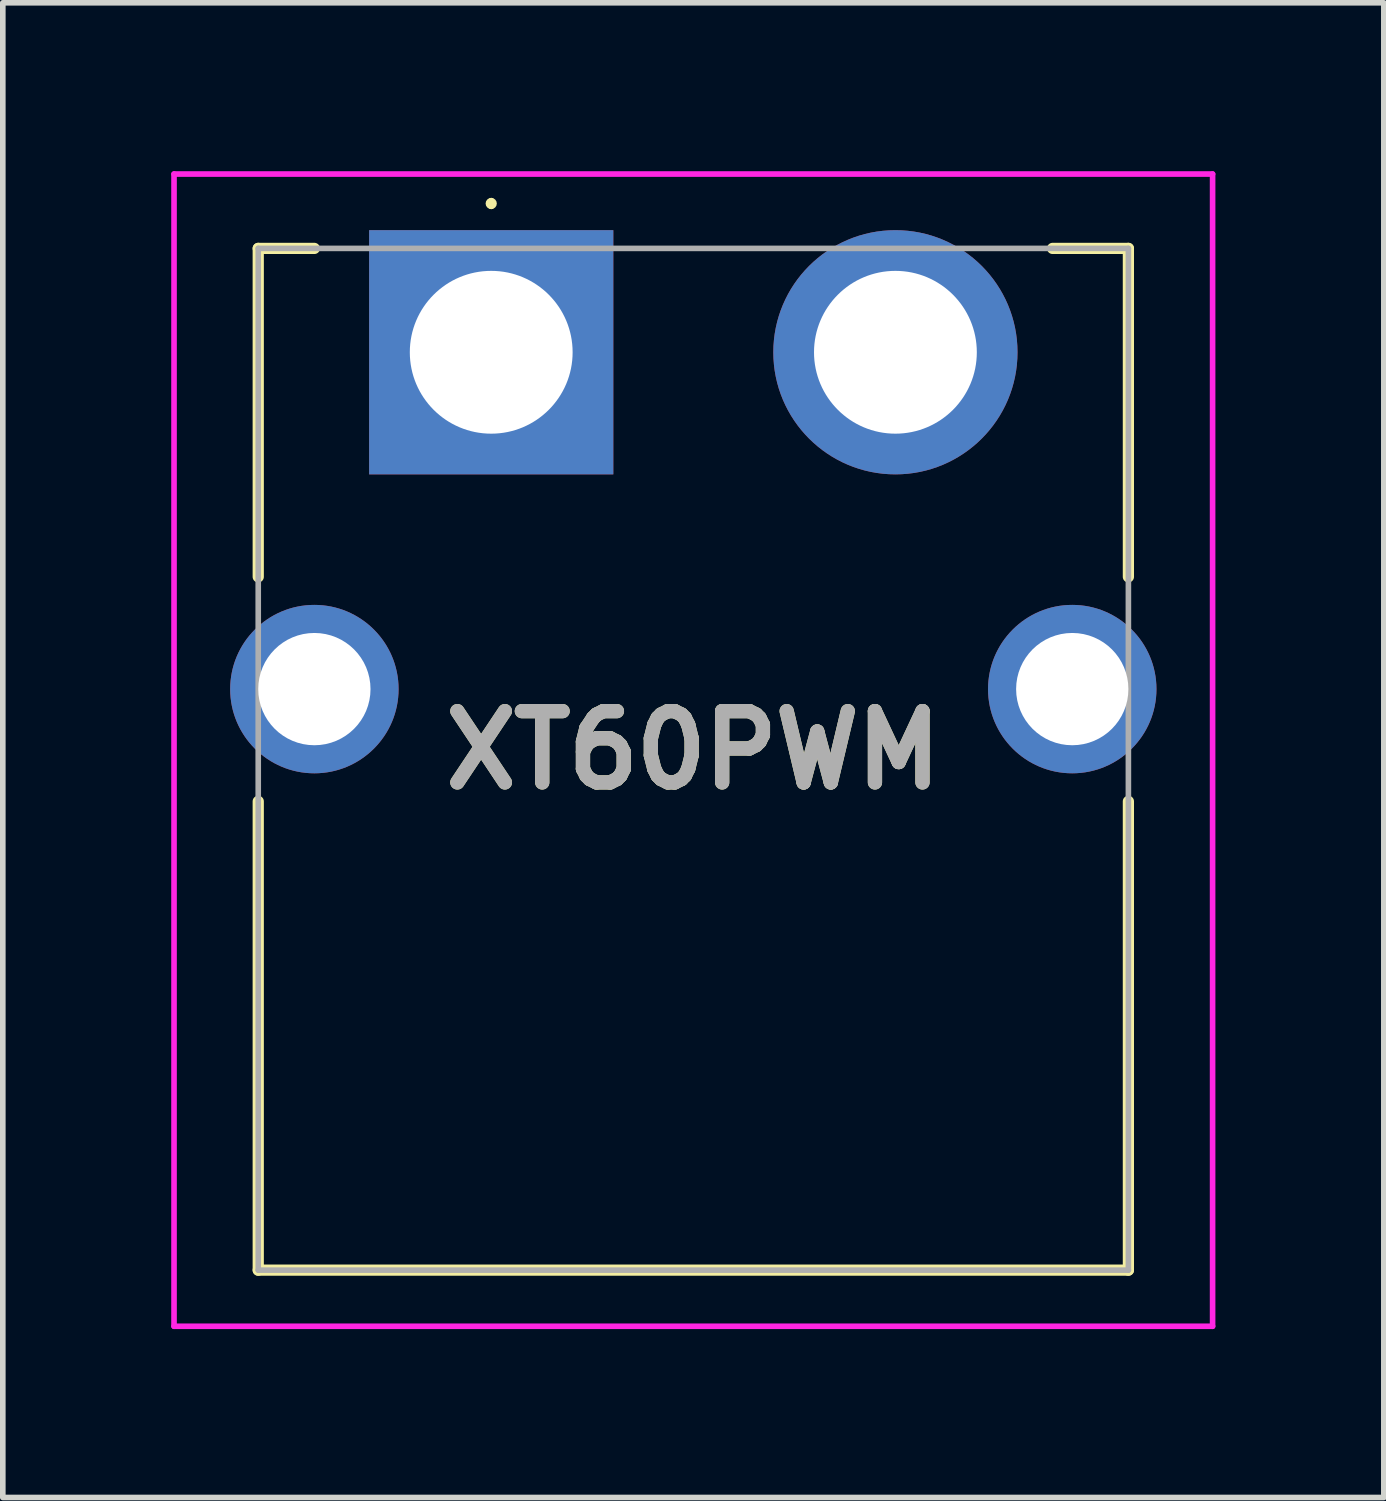
<source format=kicad_pcb>
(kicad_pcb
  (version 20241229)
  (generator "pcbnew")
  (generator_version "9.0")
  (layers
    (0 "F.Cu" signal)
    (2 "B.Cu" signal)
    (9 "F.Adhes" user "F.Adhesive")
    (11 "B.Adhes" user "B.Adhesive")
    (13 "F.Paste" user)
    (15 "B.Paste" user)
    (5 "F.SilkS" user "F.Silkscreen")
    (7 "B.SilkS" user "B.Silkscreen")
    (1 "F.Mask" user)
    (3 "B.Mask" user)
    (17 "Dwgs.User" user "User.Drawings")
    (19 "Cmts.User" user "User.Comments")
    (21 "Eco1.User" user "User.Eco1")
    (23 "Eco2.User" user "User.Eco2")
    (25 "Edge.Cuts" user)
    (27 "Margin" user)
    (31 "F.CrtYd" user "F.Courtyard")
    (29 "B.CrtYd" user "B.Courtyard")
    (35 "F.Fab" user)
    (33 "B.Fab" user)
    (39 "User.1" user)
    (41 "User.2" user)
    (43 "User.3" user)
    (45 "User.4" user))
  (footprint "XT60PWM"
    (layer "F.Cu")
    (at 5.7 3.225)
    (property "Reference" "XT60PWM" (at 3.6 7.088 0) (layer "F.SilkS") (effects (font (size 1.27 1.27) (thickness 0.254))))
    (attr through_hole)
    (fp_line (start -4.15 -1.85) (end -4.15 4) (stroke (width 0.2) (type solid)) (layer "F.SilkS"))
    (fp_line (start -4.15 8) (end -4.15 16.35) (stroke (width 0.2) (type solid)) (layer "F.SilkS"))
    (fp_line (start -4.15 16.35) (end 11.35 16.35) (stroke (width 0.2) (type solid)) (layer "F.SilkS"))
    (fp_line (start -3.15 -1.85) (end -4.15 -1.85) (stroke (width 0.2) (type solid)) (layer "F.SilkS"))
    (fp_line (start 0 -2.7) (end 0 -2.7) (stroke (width 0.1) (type solid)) (layer "F.SilkS"))
    (fp_line (start 0 -2.6) (end 0 -2.6) (stroke (width 0.1) (type solid)) (layer "F.SilkS"))
    (fp_line (start 11.35 -1.85) (end 10 -1.85) (stroke (width 0.2) (type solid)) (layer "F.SilkS"))
    (fp_line (start 11.35 4) (end 11.35 -1.85) (stroke (width 0.2) (type solid)) (layer "F.SilkS"))
    (fp_line (start 11.35 16.35) (end 11.35 8) (stroke (width 0.2) (type solid)) (layer "F.SilkS"))
    (fp_arc (start 0 -2.7) (mid 0.05 -2.65) (end 0 -2.6) (stroke (width 0.1) (type solid)) (layer "F.SilkS"))
    (fp_arc (start 0 -2.6) (mid -0.05 -2.65) (end 0 -2.7) (stroke (width 0.1) (type solid)) (layer "F.SilkS"))
    (fp_line (start -5.65 -3.175) (end 12.85 -3.175) (stroke (width 0.1) (type solid)) (layer "F.CrtYd"))
    (fp_line (start -5.65 17.35) (end -5.65 -3.175) (stroke (width 0.1) (type solid)) (layer "F.CrtYd"))
    (fp_line (start 12.85 -3.175) (end 12.85 17.35) (stroke (width 0.1) (type solid)) (layer "F.CrtYd"))
    (fp_line (start 12.85 17.35) (end -5.65 17.35) (stroke (width 0.1) (type solid)) (layer "F.CrtYd"))
    (fp_line (start -4.15 -1.85) (end -4.15 16.35) (stroke (width 0.1) (type solid)) (layer "F.Fab"))
    (fp_line (start -4.15 16.35) (end 11.35 16.35) (stroke (width 0.1) (type solid)) (layer "F.Fab"))
    (fp_line (start 11.35 -1.85) (end -4.15 -1.85) (stroke (width 0.1) (type solid)) (layer "F.Fab"))
    (fp_line (start 11.35 16.35) (end 11.35 -1.85) (stroke (width 0.1) (type solid)) (layer "F.Fab"))
    (fp_text user "${REFERENCE}" (at 3.6 7.088 0) (layer "F.Fab") (effects (font (size 1.27 1.27) (thickness 0.254))))
    (pad "1" thru_hole rect (at 0 0) (size 4.35 4.35) (drill 2.9) (layers "*.Cu" "*.Mask"))
    (pad "2" thru_hole circle (at 7.2 0) (size 4.35 4.35) (drill 2.9) (layers "*.Cu" "*.Mask"))
    (pad "MH1" thru_hole circle (at -3.15 6) (size 3 3) (drill 2) (layers "*.Cu" "*.Mask"))
    (pad "MH2" thru_hole circle (at 10.35 6) (size 3 3) (drill 2) (layers "*.Cu" "*.Mask")))
  (gr_rect
    (start -3 -3)
    (end 21.6 23.625)
    (stroke (width 0.1) (type default))
    (fill no)
    (layer "Edge.Cuts")))
</source>
